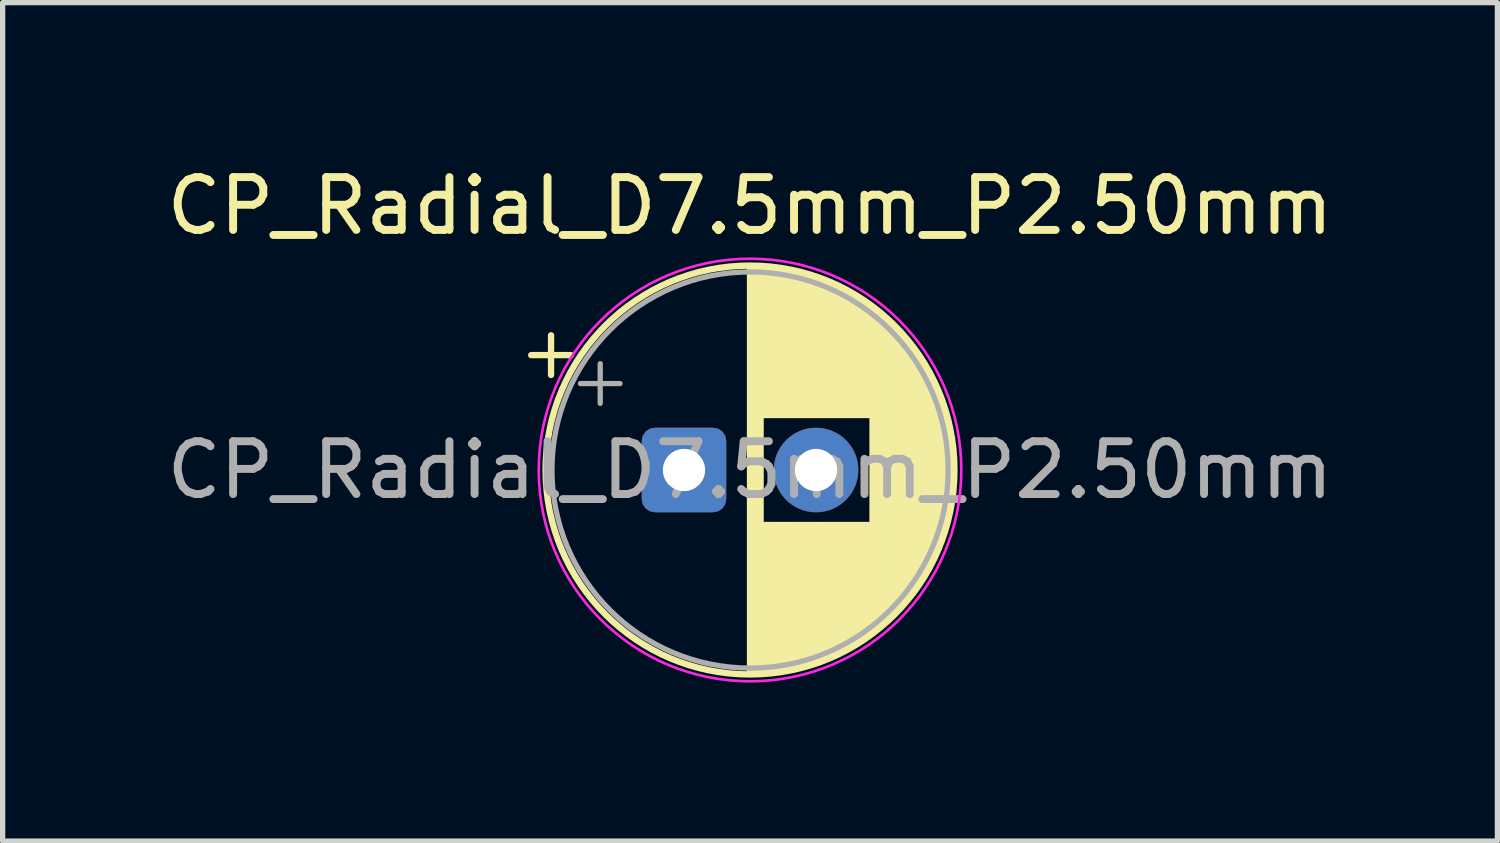
<source format=kicad_pcb>
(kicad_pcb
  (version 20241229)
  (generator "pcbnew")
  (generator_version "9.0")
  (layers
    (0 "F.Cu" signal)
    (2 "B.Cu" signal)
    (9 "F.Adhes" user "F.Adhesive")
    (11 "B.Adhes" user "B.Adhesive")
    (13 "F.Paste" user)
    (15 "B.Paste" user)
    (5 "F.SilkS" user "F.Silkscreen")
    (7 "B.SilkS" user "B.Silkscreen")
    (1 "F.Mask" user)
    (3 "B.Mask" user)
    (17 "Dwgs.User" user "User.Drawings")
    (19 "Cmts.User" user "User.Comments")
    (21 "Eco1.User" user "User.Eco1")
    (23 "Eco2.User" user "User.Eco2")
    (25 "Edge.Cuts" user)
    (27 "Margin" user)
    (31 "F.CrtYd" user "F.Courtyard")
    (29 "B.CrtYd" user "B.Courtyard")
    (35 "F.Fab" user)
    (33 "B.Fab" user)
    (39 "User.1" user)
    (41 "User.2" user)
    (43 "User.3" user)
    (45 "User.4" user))
  (footprint "CP_Radial_D7.5mm_P2.50mm"
    (layer "F.Cu")
    (at 9.899 5.848)
    (property "Reference" "CP_Radial_D7.5mm_P2.50mm" (at 1.25 -5 0) (layer "F.SilkS") (effects (font (size 1 1) (thickness 0.15))))
    (attr through_hole)
    (fp_line (start -2.892 -2.175) (end -2.142 -2.175) (stroke (width 0.12) (type solid)) (layer "F.SilkS"))
    (fp_line (start -2.517 -2.55) (end -2.517 -1.8) (stroke (width 0.12) (type solid)) (layer "F.SilkS"))
    (fp_line (start 1.25 -3.83) (end 1.25 3.83) (stroke (width 0.12) (type solid)) (layer "F.SilkS"))
    (fp_line (start 1.29 -3.83) (end 1.29 3.83) (stroke (width 0.12) (type solid)) (layer "F.SilkS"))
    (fp_line (start 1.33 -3.829) (end 1.33 3.829) (stroke (width 0.12) (type solid)) (layer "F.SilkS"))
    (fp_line (start 1.37 -3.828) (end 1.37 3.828) (stroke (width 0.12) (type solid)) (layer "F.SilkS"))
    (fp_line (start 1.41 -3.827) (end 1.41 3.827) (stroke (width 0.12) (type solid)) (layer "F.SilkS"))
    (fp_line (start 1.45 -3.825) (end 1.45 3.825) (stroke (width 0.12) (type solid)) (layer "F.SilkS"))
    (fp_line (start 1.49 -3.823) (end 1.49 -1.04) (stroke (width 0.12) (type solid)) (layer "F.SilkS"))
    (fp_line (start 1.49 1.04) (end 1.49 3.823) (stroke (width 0.12) (type solid)) (layer "F.SilkS"))
    (fp_line (start 1.53 -3.82) (end 1.53 -1.04) (stroke (width 0.12) (type solid)) (layer "F.SilkS"))
    (fp_line (start 1.53 1.04) (end 1.53 3.82) (stroke (width 0.12) (type solid)) (layer "F.SilkS"))
    (fp_line (start 1.57 -3.817) (end 1.57 -1.04) (stroke (width 0.12) (type solid)) (layer "F.SilkS"))
    (fp_line (start 1.57 1.04) (end 1.57 3.817) (stroke (width 0.12) (type solid)) (layer "F.SilkS"))
    (fp_line (start 1.61 -3.813) (end 1.61 -1.04) (stroke (width 0.12) (type solid)) (layer "F.SilkS"))
    (fp_line (start 1.61 1.04) (end 1.61 3.813) (stroke (width 0.12) (type solid)) (layer "F.SilkS"))
    (fp_line (start 1.65 -3.809) (end 1.65 -1.04) (stroke (width 0.12) (type solid)) (layer "F.SilkS"))
    (fp_line (start 1.65 1.04) (end 1.65 3.809) (stroke (width 0.12) (type solid)) (layer "F.SilkS"))
    (fp_line (start 1.69 -3.805) (end 1.69 -1.04) (stroke (width 0.12) (type solid)) (layer "F.SilkS"))
    (fp_line (start 1.69 1.04) (end 1.69 3.805) (stroke (width 0.12) (type solid)) (layer "F.SilkS"))
    (fp_line (start 1.73 -3.8) (end 1.73 -1.04) (stroke (width 0.12) (type solid)) (layer "F.SilkS"))
    (fp_line (start 1.73 1.04) (end 1.73 3.8) (stroke (width 0.12) (type solid)) (layer "F.SilkS"))
    (fp_line (start 1.77 -3.795) (end 1.77 -1.04) (stroke (width 0.12) (type solid)) (layer "F.SilkS"))
    (fp_line (start 1.77 1.04) (end 1.77 3.795) (stroke (width 0.12) (type solid)) (layer "F.SilkS"))
    (fp_line (start 1.81 -3.789) (end 1.81 -1.04) (stroke (width 0.12) (type solid)) (layer "F.SilkS"))
    (fp_line (start 1.81 1.04) (end 1.81 3.789) (stroke (width 0.12) (type solid)) (layer "F.SilkS"))
    (fp_line (start 1.85 -3.783) (end 1.85 -1.04) (stroke (width 0.12) (type solid)) (layer "F.SilkS"))
    (fp_line (start 1.85 1.04) (end 1.85 3.783) (stroke (width 0.12) (type solid)) (layer "F.SilkS"))
    (fp_line (start 1.89 -3.777) (end 1.89 -1.04) (stroke (width 0.12) (type solid)) (layer "F.SilkS"))
    (fp_line (start 1.89 1.04) (end 1.89 3.777) (stroke (width 0.12) (type solid)) (layer "F.SilkS"))
    (fp_line (start 1.93 -3.77) (end 1.93 -1.04) (stroke (width 0.12) (type solid)) (layer "F.SilkS"))
    (fp_line (start 1.93 1.04) (end 1.93 3.77) (stroke (width 0.12) (type solid)) (layer "F.SilkS"))
    (fp_line (start 1.97 -3.762) (end 1.97 -1.04) (stroke (width 0.12) (type solid)) (layer "F.SilkS"))
    (fp_line (start 1.97 1.04) (end 1.97 3.762) (stroke (width 0.12) (type solid)) (layer "F.SilkS"))
    (fp_line (start 2.01 -3.755) (end 2.01 -1.04) (stroke (width 0.12) (type solid)) (layer "F.SilkS"))
    (fp_line (start 2.01 1.04) (end 2.01 3.755) (stroke (width 0.12) (type solid)) (layer "F.SilkS"))
    (fp_line (start 2.05 -3.746) (end 2.05 -1.04) (stroke (width 0.12) (type solid)) (layer "F.SilkS"))
    (fp_line (start 2.05 1.04) (end 2.05 3.746) (stroke (width 0.12) (type solid)) (layer "F.SilkS"))
    (fp_line (start 2.09 -3.738) (end 2.09 -1.04) (stroke (width 0.12) (type solid)) (layer "F.SilkS"))
    (fp_line (start 2.09 1.04) (end 2.09 3.738) (stroke (width 0.12) (type solid)) (layer "F.SilkS"))
    (fp_line (start 2.13 -3.729) (end 2.13 -1.04) (stroke (width 0.12) (type solid)) (layer "F.SilkS"))
    (fp_line (start 2.13 1.04) (end 2.13 3.729) (stroke (width 0.12) (type solid)) (layer "F.SilkS"))
    (fp_line (start 2.17 -3.719) (end 2.17 -1.04) (stroke (width 0.12) (type solid)) (layer "F.SilkS"))
    (fp_line (start 2.17 1.04) (end 2.17 3.719) (stroke (width 0.12) (type solid)) (layer "F.SilkS"))
    (fp_line (start 2.21 -3.709) (end 2.21 -1.04) (stroke (width 0.12) (type solid)) (layer "F.SilkS"))
    (fp_line (start 2.21 1.04) (end 2.21 3.709) (stroke (width 0.12) (type solid)) (layer "F.SilkS"))
    (fp_line (start 2.25 -3.699) (end 2.25 -1.04) (stroke (width 0.12) (type solid)) (layer "F.SilkS"))
    (fp_line (start 2.25 1.04) (end 2.25 3.699) (stroke (width 0.12) (type solid)) (layer "F.SilkS"))
    (fp_line (start 2.29 -3.688) (end 2.29 -1.04) (stroke (width 0.12) (type solid)) (layer "F.SilkS"))
    (fp_line (start 2.29 1.04) (end 2.29 3.688) (stroke (width 0.12) (type solid)) (layer "F.SilkS"))
    (fp_line (start 2.33 -3.676) (end 2.33 -1.04) (stroke (width 0.12) (type solid)) (layer "F.SilkS"))
    (fp_line (start 2.33 1.04) (end 2.33 3.676) (stroke (width 0.12) (type solid)) (layer "F.SilkS"))
    (fp_line (start 2.37 -3.664) (end 2.37 -1.04) (stroke (width 0.12) (type solid)) (layer "F.SilkS"))
    (fp_line (start 2.37 1.04) (end 2.37 3.664) (stroke (width 0.12) (type solid)) (layer "F.SilkS"))
    (fp_line (start 2.41 -3.652) (end 2.41 -1.04) (stroke (width 0.12) (type solid)) (layer "F.SilkS"))
    (fp_line (start 2.41 1.04) (end 2.41 3.652) (stroke (width 0.12) (type solid)) (layer "F.SilkS"))
    (fp_line (start 2.45 -3.639) (end 2.45 -1.04) (stroke (width 0.12) (type solid)) (layer "F.SilkS"))
    (fp_line (start 2.45 1.04) (end 2.45 3.639) (stroke (width 0.12) (type solid)) (layer "F.SilkS"))
    (fp_line (start 2.49 -3.626) (end 2.49 -1.04) (stroke (width 0.12) (type solid)) (layer "F.SilkS"))
    (fp_line (start 2.49 1.04) (end 2.49 3.626) (stroke (width 0.12) (type solid)) (layer "F.SilkS"))
    (fp_line (start 2.53 -3.612) (end 2.53 -1.04) (stroke (width 0.12) (type solid)) (layer "F.SilkS"))
    (fp_line (start 2.53 1.04) (end 2.53 3.612) (stroke (width 0.12) (type solid)) (layer "F.SilkS"))
    (fp_line (start 2.57 -3.598) (end 2.57 -1.04) (stroke (width 0.12) (type solid)) (layer "F.SilkS"))
    (fp_line (start 2.57 1.04) (end 2.57 3.598) (stroke (width 0.12) (type solid)) (layer "F.SilkS"))
    (fp_line (start 2.61 -3.583) (end 2.61 -1.04) (stroke (width 0.12) (type solid)) (layer "F.SilkS"))
    (fp_line (start 2.61 1.04) (end 2.61 3.583) (stroke (width 0.12) (type solid)) (layer "F.SilkS"))
    (fp_line (start 2.65 -3.568) (end 2.65 -1.04) (stroke (width 0.12) (type solid)) (layer "F.SilkS"))
    (fp_line (start 2.65 1.04) (end 2.65 3.568) (stroke (width 0.12) (type solid)) (layer "F.SilkS"))
    (fp_line (start 2.69 -3.552) (end 2.69 -1.04) (stroke (width 0.12) (type solid)) (layer "F.SilkS"))
    (fp_line (start 2.69 1.04) (end 2.69 3.552) (stroke (width 0.12) (type solid)) (layer "F.SilkS"))
    (fp_line (start 2.73 -3.536) (end 2.73 -1.04) (stroke (width 0.12) (type solid)) (layer "F.SilkS"))
    (fp_line (start 2.73 1.04) (end 2.73 3.536) (stroke (width 0.12) (type solid)) (layer "F.SilkS"))
    (fp_line (start 2.77 -3.519) (end 2.77 -1.04) (stroke (width 0.12) (type solid)) (layer "F.SilkS"))
    (fp_line (start 2.77 1.04) (end 2.77 3.519) (stroke (width 0.12) (type solid)) (layer "F.SilkS"))
    (fp_line (start 2.81 -3.502) (end 2.81 -1.04) (stroke (width 0.12) (type solid)) (layer "F.SilkS"))
    (fp_line (start 2.81 1.04) (end 2.81 3.502) (stroke (width 0.12) (type solid)) (layer "F.SilkS"))
    (fp_line (start 2.85 -3.484) (end 2.85 -1.04) (stroke (width 0.12) (type solid)) (layer "F.SilkS"))
    (fp_line (start 2.85 1.04) (end 2.85 3.484) (stroke (width 0.12) (type solid)) (layer "F.SilkS"))
    (fp_line (start 2.89 -3.465) (end 2.89 -1.04) (stroke (width 0.12) (type solid)) (layer "F.SilkS"))
    (fp_line (start 2.89 1.04) (end 2.89 3.465) (stroke (width 0.12) (type solid)) (layer "F.SilkS"))
    (fp_line (start 2.93 -3.446) (end 2.93 -1.04) (stroke (width 0.12) (type solid)) (layer "F.SilkS"))
    (fp_line (start 2.93 1.04) (end 2.93 3.446) (stroke (width 0.12) (type solid)) (layer "F.SilkS"))
    (fp_line (start 2.97 -3.427) (end 2.97 -1.04) (stroke (width 0.12) (type solid)) (layer "F.SilkS"))
    (fp_line (start 2.97 1.04) (end 2.97 3.427) (stroke (width 0.12) (type solid)) (layer "F.SilkS"))
    (fp_line (start 3.01 -3.407) (end 3.01 -1.04) (stroke (width 0.12) (type solid)) (layer "F.SilkS"))
    (fp_line (start 3.01 1.04) (end 3.01 3.407) (stroke (width 0.12) (type solid)) (layer "F.SilkS"))
    (fp_line (start 3.05 -3.386) (end 3.05 -1.04) (stroke (width 0.12) (type solid)) (layer "F.SilkS"))
    (fp_line (start 3.05 1.04) (end 3.05 3.386) (stroke (width 0.12) (type solid)) (layer "F.SilkS"))
    (fp_line (start 3.09 -3.365) (end 3.09 -1.04) (stroke (width 0.12) (type solid)) (layer "F.SilkS"))
    (fp_line (start 3.09 1.04) (end 3.09 3.365) (stroke (width 0.12) (type solid)) (layer "F.SilkS"))
    (fp_line (start 3.13 -3.343) (end 3.13 -1.04) (stroke (width 0.12) (type solid)) (layer "F.SilkS"))
    (fp_line (start 3.13 1.04) (end 3.13 3.343) (stroke (width 0.12) (type solid)) (layer "F.SilkS"))
    (fp_line (start 3.17 -3.32) (end 3.17 -1.04) (stroke (width 0.12) (type solid)) (layer "F.SilkS"))
    (fp_line (start 3.17 1.04) (end 3.17 3.32) (stroke (width 0.12) (type solid)) (layer "F.SilkS"))
    (fp_line (start 3.21 -3.297) (end 3.21 -1.04) (stroke (width 0.12) (type solid)) (layer "F.SilkS"))
    (fp_line (start 3.21 1.04) (end 3.21 3.297) (stroke (width 0.12) (type solid)) (layer "F.SilkS"))
    (fp_line (start 3.25 -3.273) (end 3.25 -1.04) (stroke (width 0.12) (type solid)) (layer "F.SilkS"))
    (fp_line (start 3.25 1.04) (end 3.25 3.273) (stroke (width 0.12) (type solid)) (layer "F.SilkS"))
    (fp_line (start 3.29 -3.249) (end 3.29 -1.04) (stroke (width 0.12) (type solid)) (layer "F.SilkS"))
    (fp_line (start 3.29 1.04) (end 3.29 3.249) (stroke (width 0.12) (type solid)) (layer "F.SilkS"))
    (fp_line (start 3.33 -3.224) (end 3.33 -1.04) (stroke (width 0.12) (type solid)) (layer "F.SilkS"))
    (fp_line (start 3.33 1.04) (end 3.33 3.224) (stroke (width 0.12) (type solid)) (layer "F.SilkS"))
    (fp_line (start 3.37 -3.198) (end 3.37 -1.04) (stroke (width 0.12) (type solid)) (layer "F.SilkS"))
    (fp_line (start 3.37 1.04) (end 3.37 3.198) (stroke (width 0.12) (type solid)) (layer "F.SilkS"))
    (fp_line (start 3.41 -3.171) (end 3.41 -1.04) (stroke (width 0.12) (type solid)) (layer "F.SilkS"))
    (fp_line (start 3.41 1.04) (end 3.41 3.171) (stroke (width 0.12) (type solid)) (layer "F.SilkS"))
    (fp_line (start 3.45 -3.144) (end 3.45 -1.04) (stroke (width 0.12) (type solid)) (layer "F.SilkS"))
    (fp_line (start 3.45 1.04) (end 3.45 3.144) (stroke (width 0.12) (type solid)) (layer "F.SilkS"))
    (fp_line (start 3.49 -3.116) (end 3.49 -1.04) (stroke (width 0.12) (type solid)) (layer "F.SilkS"))
    (fp_line (start 3.49 1.04) (end 3.49 3.116) (stroke (width 0.12) (type solid)) (layer "F.SilkS"))
    (fp_line (start 3.53 -3.087) (end 3.53 -1.04) (stroke (width 0.12) (type solid)) (layer "F.SilkS"))
    (fp_line (start 3.53 1.04) (end 3.53 3.087) (stroke (width 0.12) (type solid)) (layer "F.SilkS"))
    (fp_line (start 3.57 -3.057) (end 3.57 3.057) (stroke (width 0.12) (type solid)) (layer "F.SilkS"))
    (fp_line (start 3.61 -3.027) (end 3.61 3.027) (stroke (width 0.12) (type solid)) (layer "F.SilkS"))
    (fp_line (start 3.65 -2.996) (end 3.65 2.996) (stroke (width 0.12) (type solid)) (layer "F.SilkS"))
    (fp_line (start 3.69 -2.964) (end 3.69 2.964) (stroke (width 0.12) (type solid)) (layer "F.SilkS"))
    (fp_line (start 3.73 -2.931) (end 3.73 2.931) (stroke (width 0.12) (type solid)) (layer "F.SilkS"))
    (fp_line (start 3.77 -2.897) (end 3.77 2.897) (stroke (width 0.12) (type solid)) (layer "F.SilkS"))
    (fp_line (start 3.81 -2.862) (end 3.81 2.862) (stroke (width 0.12) (type solid)) (layer "F.SilkS"))
    (fp_line (start 3.85 -2.827) (end 3.85 2.827) (stroke (width 0.12) (type solid)) (layer "F.SilkS"))
    (fp_line (start 3.89 -2.79) (end 3.89 2.79) (stroke (width 0.12) (type solid)) (layer "F.SilkS"))
    (fp_line (start 3.93 -2.752) (end 3.93 2.752) (stroke (width 0.12) (type solid)) (layer "F.SilkS"))
    (fp_line (start 3.97 -2.713) (end 3.97 2.713) (stroke (width 0.12) (type solid)) (layer "F.SilkS"))
    (fp_line (start 4.01 -2.673) (end 4.01 2.673) (stroke (width 0.12) (type solid)) (layer "F.SilkS"))
    (fp_line (start 4.05 -2.631) (end 4.05 2.631) (stroke (width 0.12) (type solid)) (layer "F.SilkS"))
    (fp_line (start 4.09 -2.589) (end 4.09 2.589) (stroke (width 0.12) (type solid)) (layer "F.SilkS"))
    (fp_line (start 4.13 -2.545) (end 4.13 2.545) (stroke (width 0.12) (type solid)) (layer "F.SilkS"))
    (fp_line (start 4.17 -2.5) (end 4.17 2.5) (stroke (width 0.12) (type solid)) (layer "F.SilkS"))
    (fp_line (start 4.21 -2.453) (end 4.21 2.453) (stroke (width 0.12) (type solid)) (layer "F.SilkS"))
    (fp_line (start 4.25 -2.405) (end 4.25 2.405) (stroke (width 0.12) (type solid)) (layer "F.SilkS"))
    (fp_line (start 4.29 -2.355) (end 4.29 2.355) (stroke (width 0.12) (type solid)) (layer "F.SilkS"))
    (fp_line (start 4.33 -2.303) (end 4.33 2.303) (stroke (width 0.12) (type solid)) (layer "F.SilkS"))
    (fp_line (start 4.37 -2.25) (end 4.37 2.25) (stroke (width 0.12) (type solid)) (layer "F.SilkS"))
    (fp_line (start 4.41 -2.194) (end 4.41 2.194) (stroke (width 0.12) (type solid)) (layer "F.SilkS"))
    (fp_line (start 4.45 -2.136) (end 4.45 2.136) (stroke (width 0.12) (type solid)) (layer "F.SilkS"))
    (fp_line (start 4.49 -2.076) (end 4.49 2.076) (stroke (width 0.12) (type solid)) (layer "F.SilkS"))
    (fp_line (start 4.53 -2.014) (end 4.53 2.014) (stroke (width 0.12) (type solid)) (layer "F.SilkS"))
    (fp_line (start 4.57 -1.949) (end 4.57 1.949) (stroke (width 0.12) (type solid)) (layer "F.SilkS"))
    (fp_line (start 4.61 -1.88) (end 4.61 1.88) (stroke (width 0.12) (type solid)) (layer "F.SilkS"))
    (fp_line (start 4.65 -1.808) (end 4.65 1.808) (stroke (width 0.12) (type solid)) (layer "F.SilkS"))
    (fp_line (start 4.69 -1.733) (end 4.69 1.733) (stroke (width 0.12) (type solid)) (layer "F.SilkS"))
    (fp_line (start 4.73 -1.653) (end 4.73 1.653) (stroke (width 0.12) (type solid)) (layer "F.SilkS"))
    (fp_line (start 4.77 -1.568) (end 4.77 1.568) (stroke (width 0.12) (type solid)) (layer "F.SilkS"))
    (fp_line (start 4.81 -1.478) (end 4.81 1.478) (stroke (width 0.12) (type solid)) (layer "F.SilkS"))
    (fp_line (start 4.85 -1.38) (end 4.85 1.38) (stroke (width 0.12) (type solid)) (layer "F.SilkS"))
    (fp_line (start 4.89 -1.274) (end 4.89 1.274) (stroke (width 0.12) (type solid)) (layer "F.SilkS"))
    (fp_line (start 4.93 -1.158) (end 4.93 1.158) (stroke (width 0.12) (type solid)) (layer "F.SilkS"))
    (fp_line (start 4.97 -1.027) (end 4.97 1.027) (stroke (width 0.12) (type solid)) (layer "F.SilkS"))
    (fp_line (start 5.01 -0.876) (end 5.01 0.876) (stroke (width 0.12) (type solid)) (layer "F.SilkS"))
    (fp_line (start 5.05 -0.693) (end 5.05 0.693) (stroke (width 0.12) (type solid)) (layer "F.SilkS"))
    (fp_line (start 5.09 -0.441) (end 5.09 0.441) (stroke (width 0.12) (type solid)) (layer "F.SilkS"))
    (fp_circle (center 1.25 0) (end 5.12 0) (stroke (width 0.12) (type solid)) (fill no) (layer "F.SilkS"))
    (fp_circle (center 1.25 0) (end 5.25 0) (stroke (width 0.05) (type solid)) (fill no) (layer "F.CrtYd"))
    (fp_line (start -1.961 -1.637) (end -1.211 -1.637) (stroke (width 0.1) (type solid)) (layer "F.Fab"))
    (fp_line (start -1.586 -2.013) (end -1.586 -1.262) (stroke (width 0.1) (type solid)) (layer "F.Fab"))
    (fp_circle (center 1.25 0) (end 5 0) (stroke (width 0.1) (type solid)) (fill no) (layer "F.Fab"))
    (fp_text user "${REFERENCE}" (at 1.25 0 0) (layer "F.Fab") (effects (font (size 1 1) (thickness 0.15))))
    (pad "1" thru_hole roundrect (at 0 0) (size 1.6 1.6) (drill 0.8) (layers "*.Cu" "*.Mask") (roundrect_rratio 0.156))
    (pad "2" thru_hole circle (at 2.5 0) (size 1.6 1.6) (drill 0.8) (layers "*.Cu" "*.Mask")))
  (gr_rect
    (start -3 -3)
    (end 25.298 12.873)
    (stroke (width 0.1) (type default))
    (fill no)
    (layer "Edge.Cuts")))
</source>
